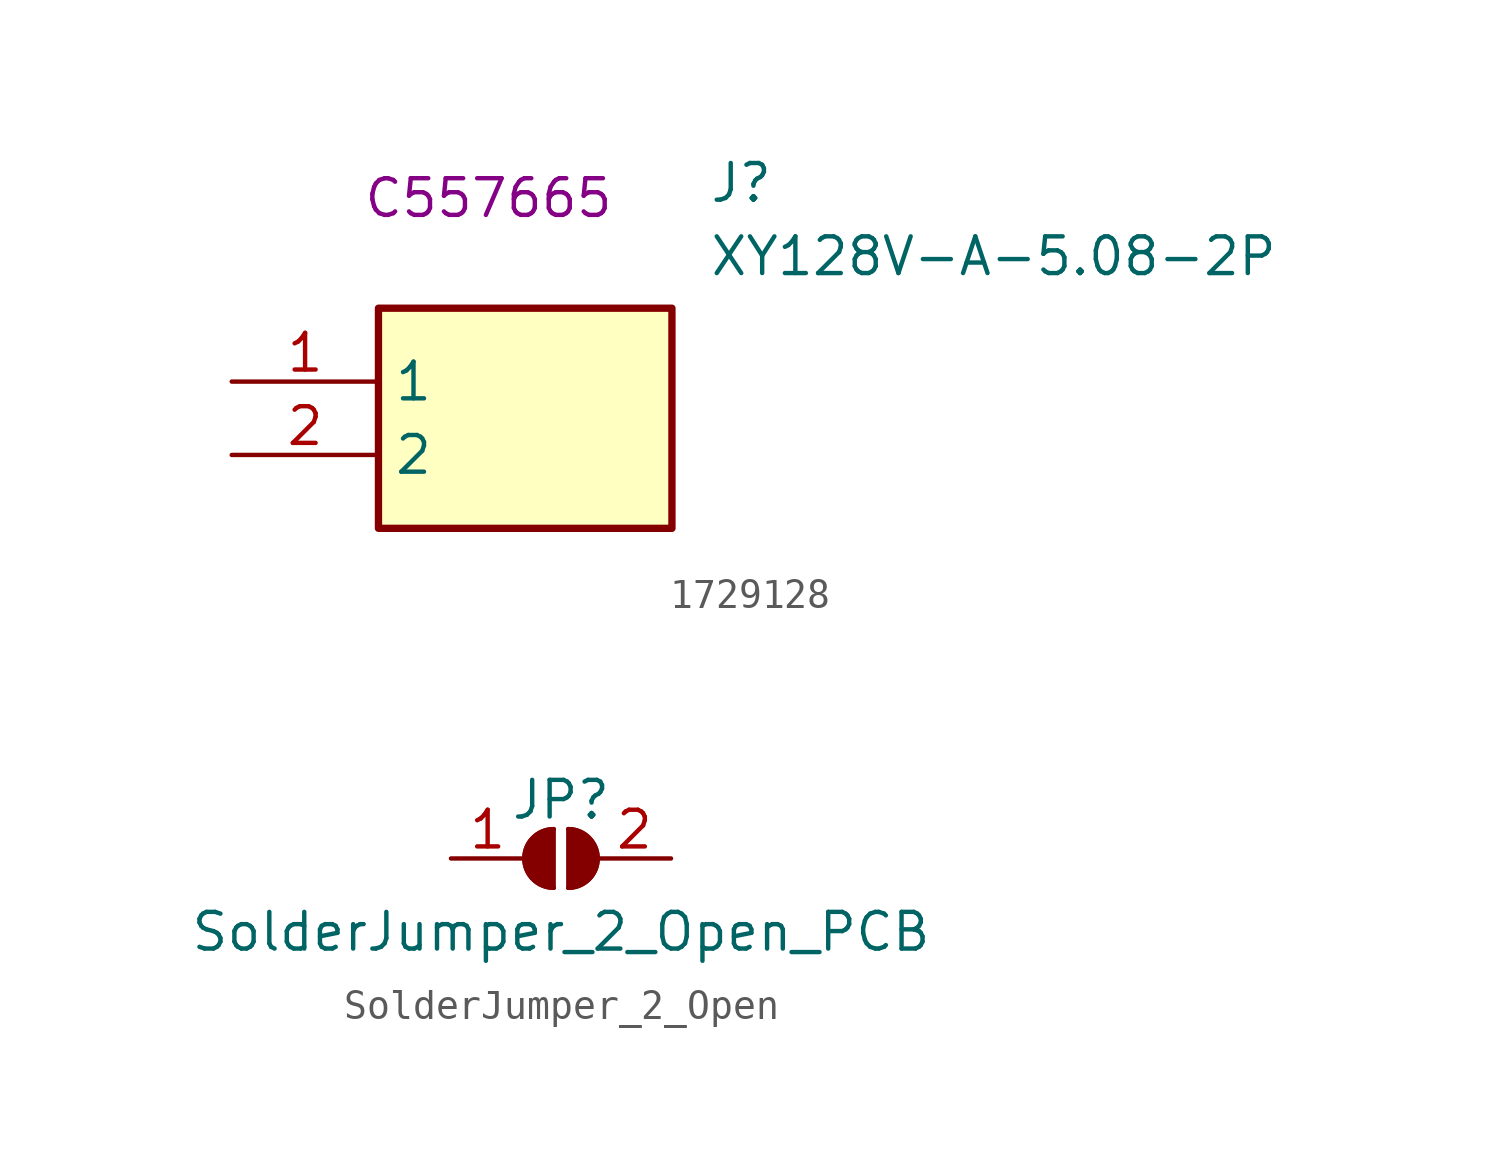
<source format=kicad_sym>
(kicad_symbol_lib
  (version 20220914)
  (generator kicad_symbol_editor)
  (symbol "1729128"
    (property "Reference" "J"
      (at 16.51 7.62 0)
      (effects (font (size 1.27 1.27)) (justify left top)))
    (property "Value" "XY128V-A-5.08-2P"
      (at 16.51 5.08 0)
      (effects (font (size 1.27 1.27)) (justify left top)))
    (property "LCSC" "C557665"
      (at 8.89 6.35 0)
      (effects (font (size 1.27 1.27))))
    (symbol "1729128_1_1"
      (rectangle (start 5.08 2.54) (end 15.24 -5.08) (stroke (width 0.254) (type default)) (fill (type background)))
      (pin passive line (at 0 0 0) (length 5.08) (name "1" (effects (font (size 1.27 1.27)))) (number "1" (effects (font (size 1.27 1.27)))))
      (pin passive line (at 0 -2.54 0) (length 5.08) (name "2" (effects (font (size 1.27 1.27)))) (number "2" (effects (font (size 1.27 1.27)))))))
  (symbol "SolderJumper_2_Open"
    (pin_names
      (offset 0) hide)
    (property "Reference" "JP"
      (at 0 2.032 0)
      (effects (font (size 1.27 1.27))))
    (property "Value" "SolderJumper_2_Open_PCB"
      (at 0 -2.54 0)
      (effects (font (size 1.27 1.27))))
    (symbol "SolderJumper_2_Open_0_1"
      (arc (start -0.254 1.016) (mid -1.2656 0) (end -0.254 -1.016) (stroke (width 0) (type default)) (fill (type none)))
      (arc (start -0.254 1.016) (mid -1.2656 0) (end -0.254 -1.016) (stroke (width 0) (type default)) (fill (type outline)))
      (polyline (pts (xy -0.254 1.016) (xy -0.254 -1.016)) (stroke (width 0) (type default)) (fill (type none)))
      (polyline (pts (xy 0.254 1.016) (xy 0.254 -1.016)) (stroke (width 0) (type default)) (fill (type none)))
      (arc (start 0.254 -1.016) (mid 1.2656 0) (end 0.254 1.016) (stroke (width 0) (type default)) (fill (type none)))
      (arc (start 0.254 -1.016) (mid 1.2656 0) (end 0.254 1.016) (stroke (width 0) (type default)) (fill (type outline))))
    (symbol "SolderJumper_2_Open_1_1"
      (pin passive line (at -3.81 0 0) (length 2.54) (name "A" (effects (font (size 1.27 1.27)))) (number "1" (effects (font (size 1.27 1.27)))))
      (pin passive line (at 3.81 0 180) (length 2.54) (name "B" (effects (font (size 1.27 1.27)))) (number "2" (effects (font (size 1.27 1.27))))))))
</source>
